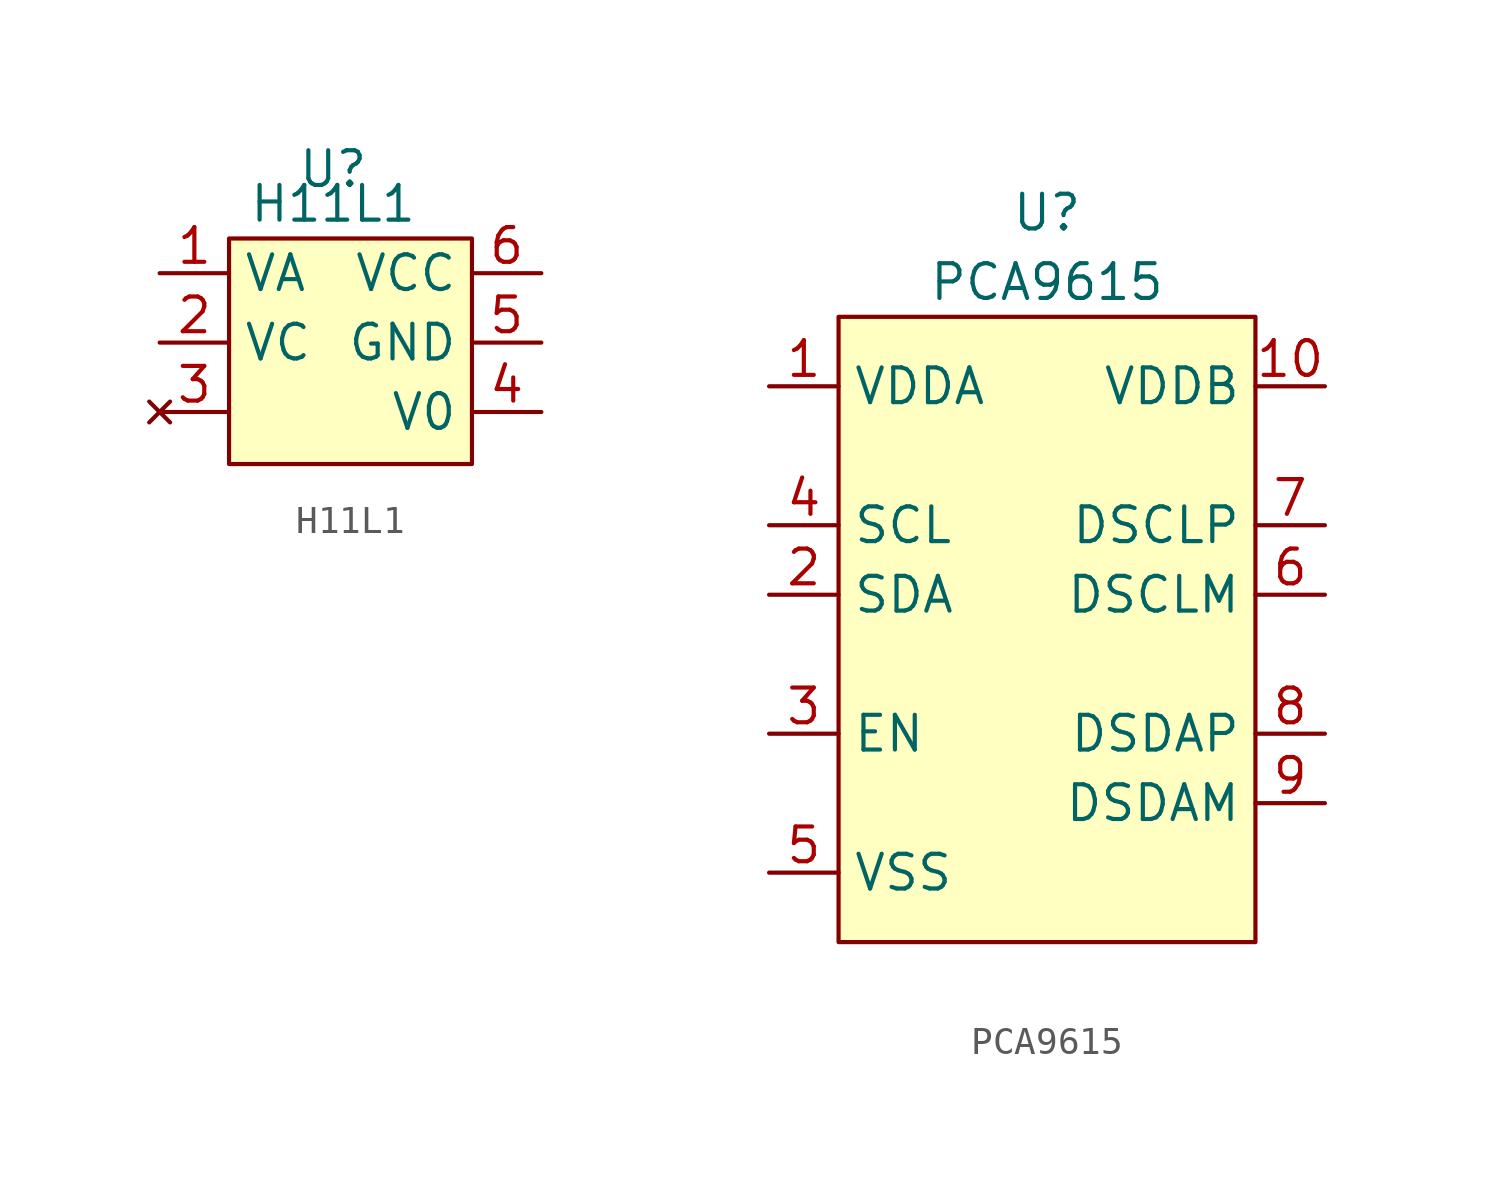
<source format=kicad_sym>
(kicad_symbol_lib
  (version 20211014)
  (generator kicad_symbol_editor)
  (symbol "H11L1"
    (property "Reference" "U"
      (at 0 1.905 0)
      (effects (font (size 1.27 1.27))))
    (property "Value" "H11L1"
      (at 0 0.635 0)
      (effects (font (size 1.27 1.27))))
    (symbol "H11L1_0_0"
      (pin input line (at -6.35 -1.905 0) (length 2.54) (name "VA" (effects (font (size 1.27 1.27)))) (number "1" (effects (font (size 1.27 1.27)))))
      (pin output line (at -6.35 -4.445 0) (length 2.54) (name "VC" (effects (font (size 1.27 1.27)))) (number "2" (effects (font (size 1.27 1.27)))))
      (pin no_connect line (at -6.35 -6.985 0) (length 2.54) (name "" (effects (font (size 1.27 1.27)))) (number "3" (effects (font (size 1.27 1.27)))))
      (pin output line (at 7.62 -6.985 180) (length 2.54) (name "V0" (effects (font (size 1.27 1.27)))) (number "4" (effects (font (size 1.27 1.27)))))
      (pin power_in line (at 7.62 -4.445 180) (length 2.54) (name "GND" (effects (font (size 1.27 1.27)))) (number "5" (effects (font (size 1.27 1.27)))))
      (pin power_in line (at 7.62 -1.905 180) (length 2.54) (name "VCC" (effects (font (size 1.27 1.27)))) (number "6" (effects (font (size 1.27 1.27))))))
    (symbol "H11L1_0_1"
      (rectangle (start 5.08 -0.635) (end -3.81 -8.89) (stroke (width 0) (type default) (color 0 0 0 0)) (fill (type background)))))
  (symbol "PCA9615"
    (property "Reference" "U"
      (at 0 3.81 0)
      (effects (font (size 1.27 1.27))))
    (property "Value" "PCA9615"
      (at 0 1.27 0)
      (effects (font (size 1.27 1.27))))
    (symbol "PCA9615_0_0"
      (pin power_in line (at -10.16 -2.54 0) (length 2.54) (name "VDDA" (effects (font (size 1.27 1.27)))) (number "1" (effects (font (size 1.27 1.27)))))
      (pin power_in line (at 10.16 -2.54 180) (length 2.54) (name "VDDB" (effects (font (size 1.27 1.27)))) (number "10" (effects (font (size 1.27 1.27)))))
      (pin bidirectional line (at -10.16 -10.16 0) (length 2.54) (name "SDA" (effects (font (size 1.27 1.27)))) (number "2" (effects (font (size 1.27 1.27)))))
      (pin input line (at -10.16 -15.24 0) (length 2.54) (name "EN" (effects (font (size 1.27 1.27)))) (number "3" (effects (font (size 1.27 1.27)))))
      (pin bidirectional line (at -10.16 -7.62 0) (length 2.54) (name "SCL" (effects (font (size 1.27 1.27)))) (number "4" (effects (font (size 1.27 1.27)))))
      (pin power_in line (at -10.16 -20.32 0) (length 2.54) (name "VSS" (effects (font (size 1.27 1.27)))) (number "5" (effects (font (size 1.27 1.27)))))
      (pin bidirectional line (at 10.16 -10.16 180) (length 2.54) (name "DSCLM" (effects (font (size 1.27 1.27)))) (number "6" (effects (font (size 1.27 1.27)))))
      (pin bidirectional line (at 10.16 -7.62 180) (length 2.54) (name "DSCLP" (effects (font (size 1.27 1.27)))) (number "7" (effects (font (size 1.27 1.27)))))
      (pin bidirectional line (at 10.16 -15.24 180) (length 2.54) (name "DSDAP" (effects (font (size 1.27 1.27)))) (number "8" (effects (font (size 1.27 1.27)))))
      (pin bidirectional line (at 10.16 -17.78 180) (length 2.54) (name "DSDAM" (effects (font (size 1.27 1.27)))) (number "9" (effects (font (size 1.27 1.27))))))
    (symbol "PCA9615_0_1"
      (rectangle (start -7.62 0) (end 7.62 -22.86) (stroke (width 0) (type default) (color 0 0 0 0)) (fill (type background))))))
</source>
